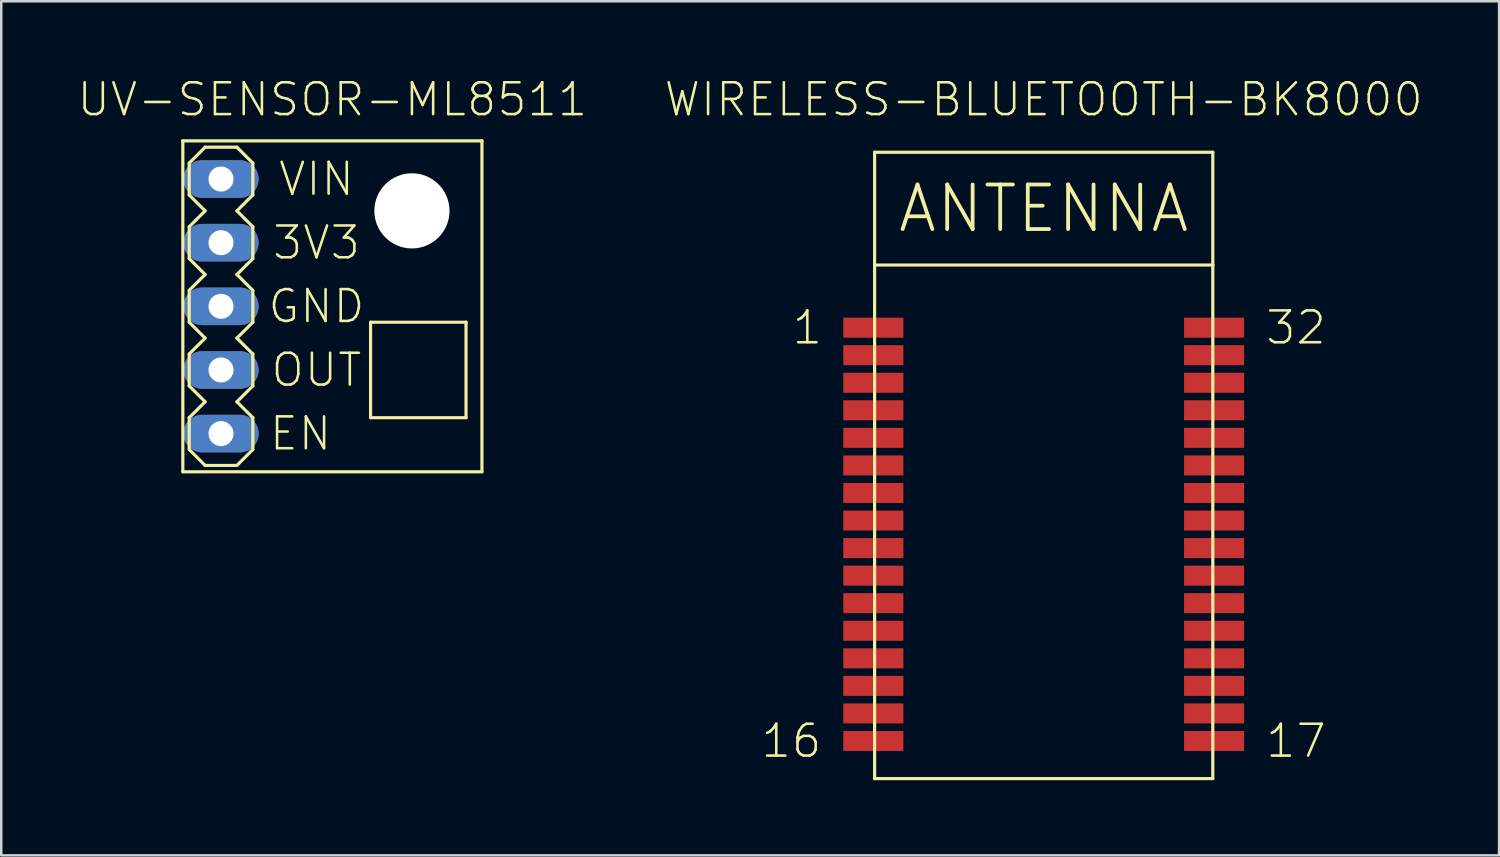
<source format=kicad_pcb>
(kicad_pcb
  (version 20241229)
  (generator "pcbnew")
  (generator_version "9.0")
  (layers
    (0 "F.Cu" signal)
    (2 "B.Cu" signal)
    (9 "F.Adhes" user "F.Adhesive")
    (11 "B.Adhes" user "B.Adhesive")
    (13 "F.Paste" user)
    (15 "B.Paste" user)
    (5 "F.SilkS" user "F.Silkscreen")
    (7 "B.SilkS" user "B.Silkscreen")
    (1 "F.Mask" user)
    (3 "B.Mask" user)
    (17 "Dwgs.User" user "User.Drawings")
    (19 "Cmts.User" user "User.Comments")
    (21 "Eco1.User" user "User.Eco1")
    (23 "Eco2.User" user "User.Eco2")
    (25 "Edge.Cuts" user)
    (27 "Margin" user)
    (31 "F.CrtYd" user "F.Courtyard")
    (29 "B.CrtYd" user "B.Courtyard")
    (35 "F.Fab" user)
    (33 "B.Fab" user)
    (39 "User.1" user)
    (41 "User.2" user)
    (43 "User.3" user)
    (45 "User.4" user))
  (footprint "UV-SENSOR-ML8511"
    (layer "F.Cu")
    (at 10.216 9.176)
    (property "Reference" "UV-SENSOR-ML8511" (at 0 -8.255 0) (layer "F.SilkS") (effects (font (size 1.27 1.27) (thickness 0.102))))
    (attr exclude_from_pos_files exclude_from_bom)
    (fp_line (start -5.969 -6.604) (end 5.969 -6.604) (stroke (width 0.127) (type solid)) (layer "F.SilkS"))
    (fp_line (start -5.969 6.604) (end -5.969 -6.604) (stroke (width 0.127) (type solid)) (layer "F.SilkS"))
    (fp_line (start -5.715 -5.715) (end -5.715 -4.445) (stroke (width 0.127) (type solid)) (layer "F.SilkS"))
    (fp_line (start -5.715 -5.715) (end -5.08 -6.35) (stroke (width 0.127) (type solid)) (layer "F.SilkS"))
    (fp_line (start -5.715 -4.445) (end -5.08 -3.81) (stroke (width 0.127) (type solid)) (layer "F.SilkS"))
    (fp_line (start -5.715 -3.175) (end -5.715 -1.905) (stroke (width 0.127) (type solid)) (layer "F.SilkS"))
    (fp_line (start -5.715 -1.905) (end -5.08 -1.27) (stroke (width 0.127) (type solid)) (layer "F.SilkS"))
    (fp_line (start -5.715 -0.635) (end -5.715 0.635) (stroke (width 0.127) (type solid)) (layer "F.SilkS"))
    (fp_line (start -5.715 0.635) (end -5.08 1.27) (stroke (width 0.127) (type solid)) (layer "F.SilkS"))
    (fp_line (start -5.715 1.905) (end -5.715 3.175) (stroke (width 0.127) (type solid)) (layer "F.SilkS"))
    (fp_line (start -5.715 3.175) (end -5.08 3.81) (stroke (width 0.127) (type solid)) (layer "F.SilkS"))
    (fp_line (start -5.715 4.445) (end -5.715 5.715) (stroke (width 0.127) (type solid)) (layer "F.SilkS"))
    (fp_line (start -5.715 5.715) (end -5.08 6.35) (stroke (width 0.127) (type solid)) (layer "F.SilkS"))
    (fp_line (start -5.08 -6.35) (end -3.81 -6.35) (stroke (width 0.127) (type solid)) (layer "F.SilkS"))
    (fp_line (start -5.08 -3.81) (end -5.715 -3.175) (stroke (width 0.127) (type solid)) (layer "F.SilkS"))
    (fp_line (start -5.08 -1.27) (end -5.715 -0.635) (stroke (width 0.127) (type solid)) (layer "F.SilkS"))
    (fp_line (start -5.08 1.27) (end -5.715 1.905) (stroke (width 0.127) (type solid)) (layer "F.SilkS"))
    (fp_line (start -5.08 3.81) (end -5.715 4.445) (stroke (width 0.127) (type solid)) (layer "F.SilkS"))
    (fp_line (start -5.08 6.35) (end -3.81 6.35) (stroke (width 0.127) (type solid)) (layer "F.SilkS"))
    (fp_line (start -3.81 -6.35) (end -3.175 -5.715) (stroke (width 0.127) (type solid)) (layer "F.SilkS"))
    (fp_line (start -3.81 -3.81) (end -3.175 -3.175) (stroke (width 0.127) (type solid)) (layer "F.SilkS"))
    (fp_line (start -3.81 -1.27) (end -3.175 -0.635) (stroke (width 0.127) (type solid)) (layer "F.SilkS"))
    (fp_line (start -3.81 1.27) (end -3.175 1.905) (stroke (width 0.127) (type solid)) (layer "F.SilkS"))
    (fp_line (start -3.81 6.35) (end -3.175 5.715) (stroke (width 0.127) (type solid)) (layer "F.SilkS"))
    (fp_line (start -3.175 -5.715) (end -3.175 -4.445) (stroke (width 0.127) (type solid)) (layer "F.SilkS"))
    (fp_line (start -3.175 -4.445) (end -3.81 -3.81) (stroke (width 0.127) (type solid)) (layer "F.SilkS"))
    (fp_line (start -3.175 -3.175) (end -3.175 -1.905) (stroke (width 0.127) (type solid)) (layer "F.SilkS"))
    (fp_line (start -3.175 -1.905) (end -3.81 -1.27) (stroke (width 0.127) (type solid)) (layer "F.SilkS"))
    (fp_line (start -3.175 -0.635) (end -3.175 0.635) (stroke (width 0.127) (type solid)) (layer "F.SilkS"))
    (fp_line (start -3.175 0.635) (end -3.81 1.27) (stroke (width 0.127) (type solid)) (layer "F.SilkS"))
    (fp_line (start -3.175 1.905) (end -3.175 3.175) (stroke (width 0.127) (type solid)) (layer "F.SilkS"))
    (fp_line (start -3.175 3.175) (end -3.81 3.81) (stroke (width 0.127) (type solid)) (layer "F.SilkS"))
    (fp_line (start -3.175 4.445) (end -3.81 3.81) (stroke (width 0.127) (type solid)) (layer "F.SilkS"))
    (fp_line (start -3.175 5.715) (end -3.175 4.445) (stroke (width 0.127) (type solid)) (layer "F.SilkS"))
    (fp_line (start 1.524 0.635) (end 5.334 0.635) (stroke (width 0.127) (type solid)) (layer "F.SilkS"))
    (fp_line (start 1.524 4.445) (end 1.524 0.635) (stroke (width 0.127) (type solid)) (layer "F.SilkS"))
    (fp_line (start 5.334 0.635) (end 5.334 4.445) (stroke (width 0.127) (type solid)) (layer "F.SilkS"))
    (fp_line (start 5.334 4.445) (end 1.524 4.445) (stroke (width 0.127) (type solid)) (layer "F.SilkS"))
    (fp_line (start 5.969 -6.604) (end 5.969 6.604) (stroke (width 0.127) (type solid)) (layer "F.SilkS"))
    (fp_line (start 5.969 6.604) (end -5.969 6.604) (stroke (width 0.127) (type solid)) (layer "F.SilkS"))
    (fp_text user "EN" (at -1.27 5.08 0) (layer "F.SilkS") (effects (font (size 1.27 1.27) (thickness 0.102))))
    (fp_text user "OUT" (at -0.635 2.54 0) (layer "F.SilkS") (effects (font (size 1.27 1.27) (thickness 0.102))))
    (fp_text user "VIN" (at -0.635 -5.08 0) (layer "F.SilkS") (effects (font (size 1.27 1.27) (thickness 0.102))))
    (fp_text user "3V3" (at -0.635 -2.54 0) (layer "F.SilkS") (effects (font (size 1.27 1.27) (thickness 0.102))))
    (fp_text user "GND" (at -0.635 0 0) (layer "F.SilkS") (effects (font (size 1.27 1.27) (thickness 0.102))))
    (pad "" np_thru_hole circle (at 3.175 -3.81) (size 3 3) (drill 3) (layers "*.Cu" "*.Mask"))
    (pad "1" thru_hole oval (at -4.445 -5.08) (size 3 1.5) (drill 1) (layers "*.Cu" "*.Mask"))
    (pad "2" thru_hole oval (at -4.445 -2.54) (size 3 1.5) (drill 1) (layers "*.Cu" "*.Mask"))
    (pad "3" thru_hole oval (at -4.445 0) (size 3 1.5) (drill 1) (layers "*.Cu" "*.Mask"))
    (pad "4" thru_hole oval (at -4.445 2.54) (size 3 1.5) (drill 1) (layers "*.Cu" "*.Mask"))
    (pad "5" thru_hole oval (at -4.445 5.08) (size 3 1.5) (drill 1) (layers "*.Cu" "*.Mask")))
  (footprint "WIRELESS-BLUETOOTH-BK8000"
    (layer "F.Cu")
    (at 38.606 15.526)
    (property "Reference" "WIRELESS-BLUETOOTH-BK8000" (at 0 -14.605 0) (layer "F.SilkS") (effects (font (size 1.27 1.27) (thickness 0.102))))
    (attr smd)
    (fp_line (start -6.749 -12.499) (end 6.749 -12.499) (stroke (width 0.127) (type solid)) (layer "F.SilkS"))
    (fp_line (start -6.749 -7.998) (end -6.749 -12.499) (stroke (width 0.127) (type solid)) (layer "F.SilkS"))
    (fp_line (start -6.749 -7.998) (end 6.749 -7.998) (stroke (width 0.127) (type solid)) (layer "F.SilkS"))
    (fp_line (start -6.749 12.499) (end -6.749 -7.998) (stroke (width 0.127) (type solid)) (layer "F.SilkS"))
    (fp_line (start 6.749 -12.499) (end 6.749 -7.998) (stroke (width 0.127) (type solid)) (layer "F.SilkS"))
    (fp_line (start 6.749 -7.998) (end 6.749 12.499) (stroke (width 0.127) (type solid)) (layer "F.SilkS"))
    (fp_line (start 6.749 12.499) (end -6.749 12.499) (stroke (width 0.127) (type solid)) (layer "F.SilkS"))
    (fp_text user "16" (at -10.069 10.998 0) (layer "F.SilkS") (effects (font (size 1.27 1.27) (thickness 0.102))))
    (fp_text user "1" (at -9.434 -5.499 0) (layer "F.SilkS") (effects (font (size 1.27 1.27) (thickness 0.102))))
    (fp_text user "32" (at 10.069 -5.499 0) (layer "F.SilkS") (effects (font (size 1.27 1.27) (thickness 0.102))))
    (fp_text user "17" (at 10.069 10.998 0) (layer "F.SilkS") (effects (font (size 1.27 1.27) (thickness 0.102))))
    (fp_text user "ANTENNA" (at 0 -10.249 0) (layer "F.SilkS") (effects (font (size 1.778 1.778) (thickness 0.152))))
    (pad "1" smd rect (at -6.8 -5.499) (size 2.398 0.798) (layers "F.Cu" "F.Mask" "F.Paste"))
    (pad "2" smd rect (at -6.8 -4.399) (size 2.398 0.798) (layers "F.Cu" "F.Mask" "F.Paste"))
    (pad "3" smd rect (at -6.8 -3.299) (size 2.398 0.798) (layers "F.Cu" "F.Mask" "F.Paste"))
    (pad "4" smd rect (at -6.8 -2.2) (size 2.398 0.798) (layers "F.Cu" "F.Mask" "F.Paste"))
    (pad "5" smd rect (at -6.8 -1.1) (size 2.398 0.798) (layers "F.Cu" "F.Mask" "F.Paste"))
    (pad "6" smd rect (at -6.8 0) (size 2.398 0.798) (layers "F.Cu" "F.Mask" "F.Paste"))
    (pad "7" smd rect (at -6.8 1.1) (size 2.398 0.798) (layers "F.Cu" "F.Mask" "F.Paste"))
    (pad "8" smd rect (at -6.8 2.2) (size 2.398 0.798) (layers "F.Cu" "F.Mask" "F.Paste"))
    (pad "9" smd rect (at -6.8 3.299) (size 2.398 0.798) (layers "F.Cu" "F.Mask" "F.Paste"))
    (pad "10" smd rect (at -6.8 4.399) (size 2.398 0.798) (layers "F.Cu" "F.Mask" "F.Paste"))
    (pad "11" smd rect (at -6.8 5.499) (size 2.398 0.798) (layers "F.Cu" "F.Mask" "F.Paste"))
    (pad "12" smd rect (at -6.8 6.599) (size 2.398 0.798) (layers "F.Cu" "F.Mask" "F.Paste"))
    (pad "13" smd rect (at -6.8 7.699) (size 2.398 0.798) (layers "F.Cu" "F.Mask" "F.Paste"))
    (pad "14" smd rect (at -6.8 8.799) (size 2.398 0.798) (layers "F.Cu" "F.Mask" "F.Paste"))
    (pad "15" smd rect (at -6.8 9.898) (size 2.398 0.798) (layers "F.Cu" "F.Mask" "F.Paste"))
    (pad "16" smd rect (at -6.8 10.998) (size 2.398 0.798) (layers "F.Cu" "F.Mask" "F.Paste"))
    (pad "17" smd rect (at 6.8 10.998) (size 2.398 0.798) (layers "F.Cu" "F.Mask" "F.Paste"))
    (pad "18" smd rect (at 6.8 9.898) (size 2.398 0.798) (layers "F.Cu" "F.Mask" "F.Paste"))
    (pad "19" smd rect (at 6.8 8.799) (size 2.398 0.798) (layers "F.Cu" "F.Mask" "F.Paste"))
    (pad "20" smd rect (at 6.8 7.699) (size 2.398 0.798) (layers "F.Cu" "F.Mask" "F.Paste"))
    (pad "21" smd rect (at 6.8 6.599) (size 2.398 0.798) (layers "F.Cu" "F.Mask" "F.Paste"))
    (pad "22" smd rect (at 6.8 5.499) (size 2.398 0.798) (layers "F.Cu" "F.Mask" "F.Paste"))
    (pad "23" smd rect (at 6.8 4.399) (size 2.398 0.798) (layers "F.Cu" "F.Mask" "F.Paste"))
    (pad "24" smd rect (at 6.8 3.299) (size 2.398 0.798) (layers "F.Cu" "F.Mask" "F.Paste"))
    (pad "25" smd rect (at 6.8 2.2) (size 2.398 0.798) (layers "F.Cu" "F.Mask" "F.Paste"))
    (pad "26" smd rect (at 6.8 1.1) (size 2.398 0.798) (layers "F.Cu" "F.Mask" "F.Paste"))
    (pad "27" smd rect (at 6.8 0) (size 2.398 0.798) (layers "F.Cu" "F.Mask" "F.Paste"))
    (pad "28" smd rect (at 6.8 -1.1) (size 2.398 0.798) (layers "F.Cu" "F.Mask" "F.Paste"))
    (pad "29" smd rect (at 6.8 -2.2) (size 2.398 0.798) (layers "F.Cu" "F.Mask" "F.Paste"))
    (pad "30" smd rect (at 6.8 -3.299) (size 2.398 0.798) (layers "F.Cu" "F.Mask" "F.Paste"))
    (pad "31" smd rect (at 6.8 -4.399) (size 2.398 0.798) (layers "F.Cu" "F.Mask" "F.Paste"))
    (pad "32" smd rect (at 6.8 -5.499) (size 2.398 0.798) (layers "F.Cu" "F.Mask" "F.Paste")))
  (gr_rect
    (start -3 -3)
    (end 56.781 31.089)
    (stroke (width 0.1) (type default))
    (fill no)
    (layer "Edge.Cuts")))
</source>
